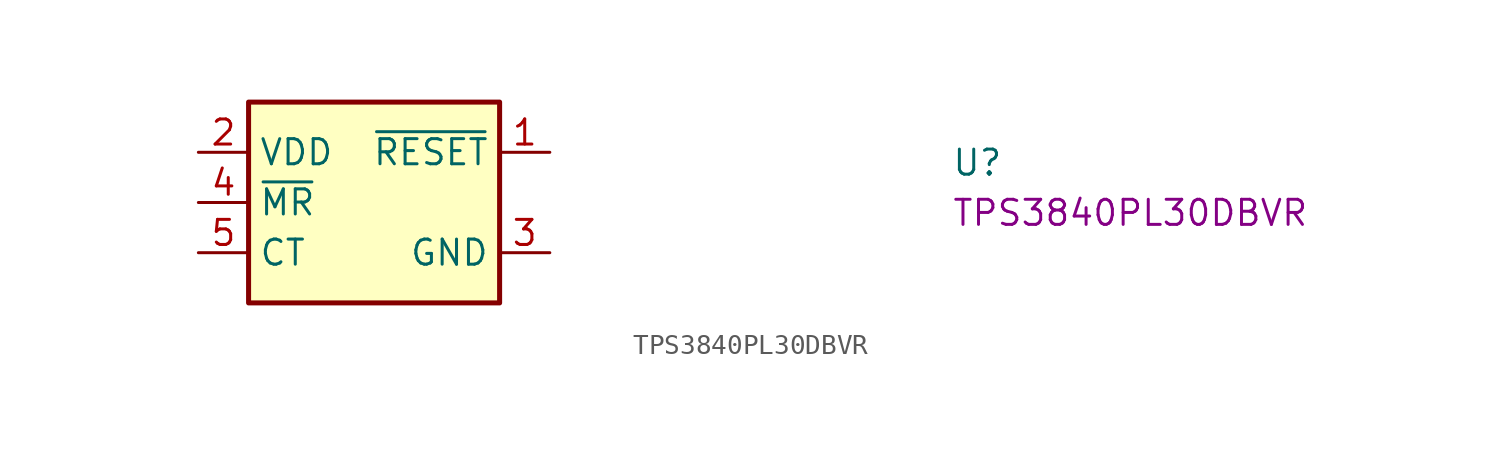
<source format=kicad_sym>
(kicad_symbol_lib
  (version 20220914)
  (generator kicad_symbol_editor)
  (symbol "TPS3840PL30DBVR"
    (property "Reference" "U"
      (at 38.1 -1.27 0)
      (effects (font (size 1.27 1.27) (thickness 0.15)) (justify left bottom)))
    (property "MPN" "TPS3840PL30DBVR"
      (at 38.1 -3.81 0)
      (effects (font (size 1.27 1.27) (thickness 0.15)) (justify left bottom)))
    (symbol "TPS3840PL30DBVR_1_1"
      (rectangle (start 2.54 2.54) (end 15.24 -7.62) (stroke (width 0.254) (type default)) (fill (type background)))
      (pin output line (at 17.78 0 180) (length 2.54) (name "~{RESET}" (effects (font (size 1.27 1.27)))) (number "1" (effects (font (size 1.27 1.27)))))
      (pin power_in line (at 0 0 0) (length 2.54) (name "VDD" (effects (font (size 1.27 1.27)))) (number "2" (effects (font (size 1.27 1.27)))))
      (pin power_in line (at 17.78 -5.08 180) (length 2.54) (name "GND" (effects (font (size 1.27 1.27)))) (number "3" (effects (font (size 1.27 1.27)))))
      (pin input line (at 0 -2.54 0) (length 2.54) (name "~{MR}" (effects (font (size 1.27 1.27)))) (number "4" (effects (font (size 1.27 1.27)))))
      (pin passive line (at 0 -5.08 0) (length 2.54) (name "CT" (effects (font (size 1.27 1.27)))) (number "5" (effects (font (size 1.27 1.27))))))))
</source>
